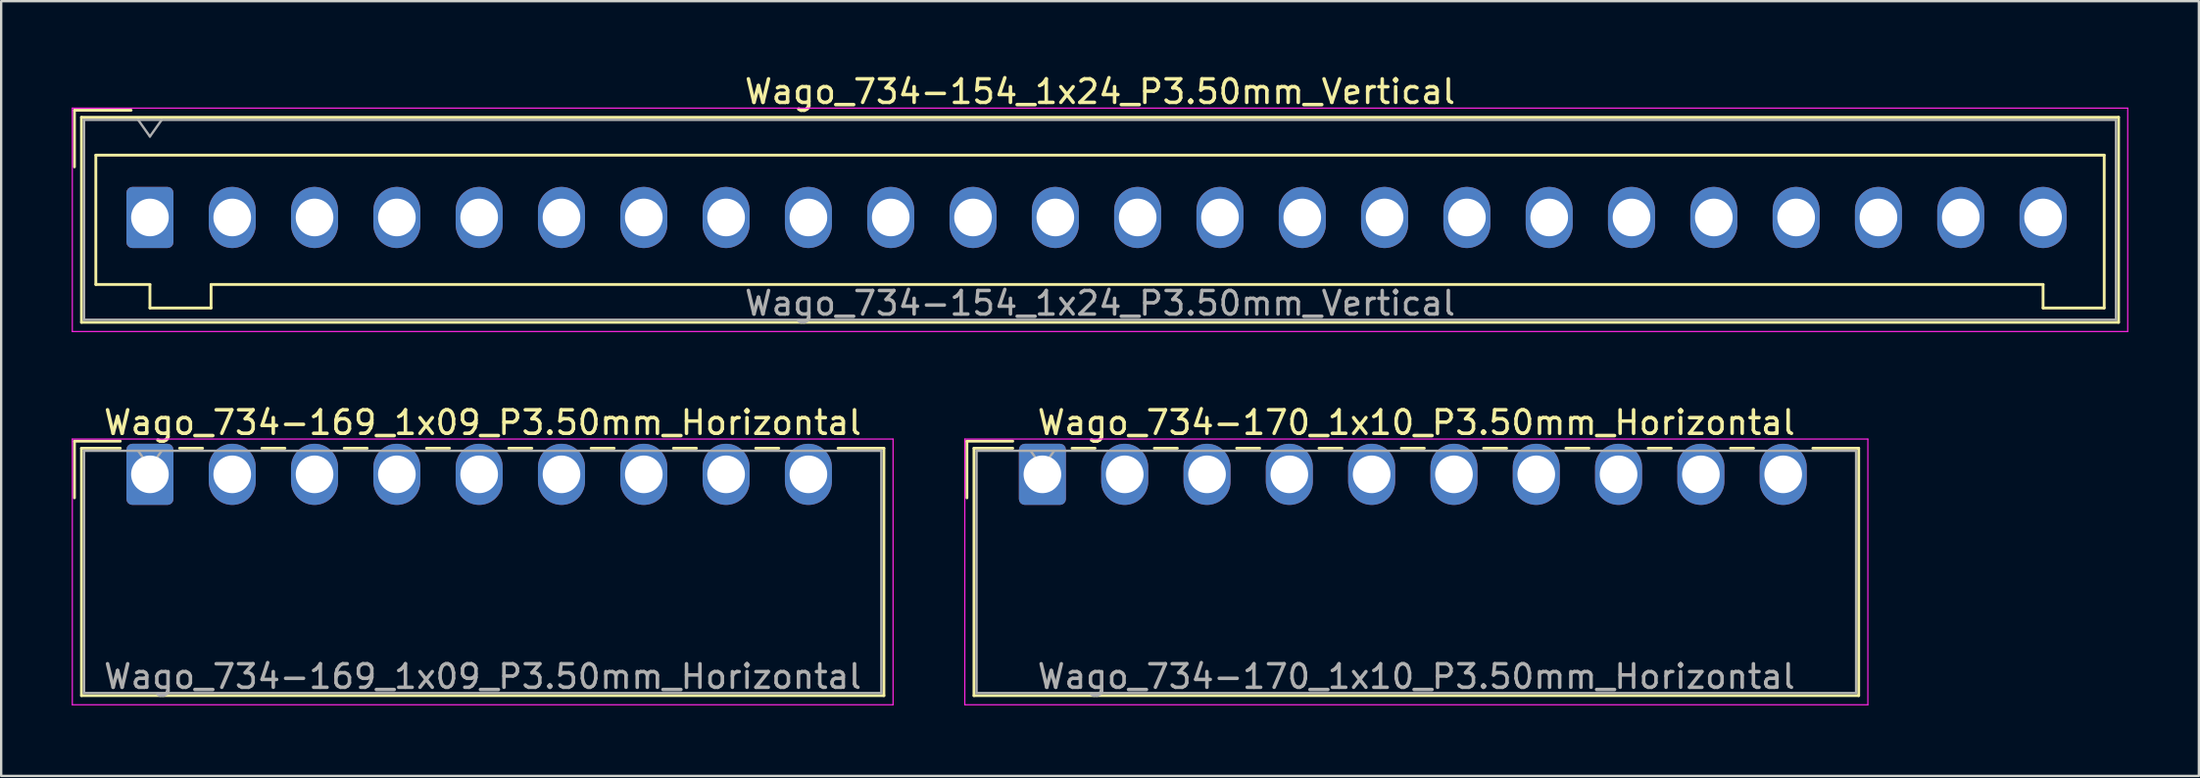
<source format=kicad_pcb>
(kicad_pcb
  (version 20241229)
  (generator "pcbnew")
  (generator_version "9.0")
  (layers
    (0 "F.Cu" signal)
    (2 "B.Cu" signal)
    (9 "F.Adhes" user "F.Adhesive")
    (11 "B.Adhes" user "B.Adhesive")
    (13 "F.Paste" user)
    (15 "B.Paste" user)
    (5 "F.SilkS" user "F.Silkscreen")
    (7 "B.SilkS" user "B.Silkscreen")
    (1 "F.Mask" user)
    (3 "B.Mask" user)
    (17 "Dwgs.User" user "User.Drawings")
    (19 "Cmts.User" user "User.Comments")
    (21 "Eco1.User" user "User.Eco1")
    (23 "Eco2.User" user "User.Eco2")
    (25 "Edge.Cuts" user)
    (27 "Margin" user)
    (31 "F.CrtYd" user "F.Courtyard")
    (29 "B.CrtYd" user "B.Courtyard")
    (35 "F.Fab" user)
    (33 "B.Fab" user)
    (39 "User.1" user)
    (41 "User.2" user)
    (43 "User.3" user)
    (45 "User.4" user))
  (footprint "Wago_734-170_1x10_P3.50mm_Horizontal"
    (layer "F.Cu")
    (at 41.275 17.122)
    (property "Reference" "Wago_734-170_1x10_P3.50mm_Horizontal" (at 15.9 -2.2 0) (layer "F.SilkS") (effects (font (size 1 1) (thickness 0.15))))
    (attr through_hole)
    (fp_line (start -3.21 -1.41) (end -1.26 -1.41) (stroke (width 0.12) (type solid)) (layer "F.SilkS"))
    (fp_line (start -3.21 1) (end -3.21 -1.41) (stroke (width 0.12) (type solid)) (layer "F.SilkS"))
    (fp_line (start -2.91 -1.11) (end -2.91 9.41) (stroke (width 0.12) (type solid)) (layer "F.SilkS"))
    (fp_line (start -2.91 9.41) (end 34.71 9.41) (stroke (width 0.12) (type solid)) (layer "F.SilkS"))
    (fp_line (start -1.26 -1.11) (end -2.91 -1.11) (stroke (width 0.12) (type solid)) (layer "F.SilkS"))
    (fp_line (start 1.26 -1.11) (end 2.24 -1.11) (stroke (width 0.12) (type solid)) (layer "F.SilkS"))
    (fp_line (start 4.76 -1.11) (end 5.74 -1.11) (stroke (width 0.12) (type solid)) (layer "F.SilkS"))
    (fp_line (start 8.26 -1.11) (end 9.24 -1.11) (stroke (width 0.12) (type solid)) (layer "F.SilkS"))
    (fp_line (start 11.76 -1.11) (end 12.74 -1.11) (stroke (width 0.12) (type solid)) (layer "F.SilkS"))
    (fp_line (start 15.26 -1.11) (end 16.24 -1.11) (stroke (width 0.12) (type solid)) (layer "F.SilkS"))
    (fp_line (start 18.76 -1.11) (end 19.74 -1.11) (stroke (width 0.12) (type solid)) (layer "F.SilkS"))
    (fp_line (start 22.26 -1.11) (end 23.24 -1.11) (stroke (width 0.12) (type solid)) (layer "F.SilkS"))
    (fp_line (start 25.76 -1.11) (end 26.74 -1.11) (stroke (width 0.12) (type solid)) (layer "F.SilkS"))
    (fp_line (start 29.26 -1.11) (end 30.24 -1.11) (stroke (width 0.12) (type solid)) (layer "F.SilkS"))
    (fp_line (start 34.71 -1.11) (end 32.76 -1.11) (stroke (width 0.12) (type solid)) (layer "F.SilkS"))
    (fp_line (start 34.71 9.41) (end 34.71 -1.11) (stroke (width 0.12) (type solid)) (layer "F.SilkS"))
    (fp_line (start -3.3 -1.5) (end -3.3 9.8) (stroke (width 0.05) (type solid)) (layer "F.CrtYd"))
    (fp_line (start -3.3 9.8) (end 35.1 9.8) (stroke (width 0.05) (type solid)) (layer "F.CrtYd"))
    (fp_line (start 35.1 -1.5) (end -3.3 -1.5) (stroke (width 0.05) (type solid)) (layer "F.CrtYd"))
    (fp_line (start 35.1 9.8) (end 35.1 -1.5) (stroke (width 0.05) (type solid)) (layer "F.CrtYd"))
    (fp_line (start -2.8 -1) (end -2.8 9.3) (stroke (width 0.1) (type solid)) (layer "F.Fab"))
    (fp_line (start -2.8 9.3) (end 34.6 9.3) (stroke (width 0.1) (type solid)) (layer "F.Fab"))
    (fp_line (start -0.5 -1) (end 0 -0.293) (stroke (width 0.1) (type solid)) (layer "F.Fab"))
    (fp_line (start 0 -0.293) (end 0.5 -1) (stroke (width 0.1) (type solid)) (layer "F.Fab"))
    (fp_line (start 34.6 -1) (end -2.8 -1) (stroke (width 0.1) (type solid)) (layer "F.Fab"))
    (fp_line (start 34.6 9.3) (end 34.6 -1) (stroke (width 0.1) (type solid)) (layer "F.Fab"))
    (fp_text user "${REFERENCE}" (at 15.9 8.6 0) (layer "F.Fab") (effects (font (size 1 1) (thickness 0.15))))
    (pad "1" thru_hole roundrect (at 0 0) (size 2 2.6) (drill 1.6) (layers "*.Cu" "*.Mask") (roundrect_rratio 0.125))
    (pad "2" thru_hole oval (at 3.5 0) (size 2 2.6) (drill 1.6) (layers "*.Cu" "*.Mask"))
    (pad "3" thru_hole oval (at 7 0) (size 2 2.6) (drill 1.6) (layers "*.Cu" "*.Mask"))
    (pad "4" thru_hole oval (at 10.5 0) (size 2 2.6) (drill 1.6) (layers "*.Cu" "*.Mask"))
    (pad "5" thru_hole oval (at 14 0) (size 2 2.6) (drill 1.6) (layers "*.Cu" "*.Mask"))
    (pad "6" thru_hole oval (at 17.5 0) (size 2 2.6) (drill 1.6) (layers "*.Cu" "*.Mask"))
    (pad "7" thru_hole oval (at 21 0) (size 2 2.6) (drill 1.6) (layers "*.Cu" "*.Mask"))
    (pad "8" thru_hole oval (at 24.5 0) (size 2 2.6) (drill 1.6) (layers "*.Cu" "*.Mask"))
    (pad "9" thru_hole oval (at 28 0) (size 2 2.6) (drill 1.6) (layers "*.Cu" "*.Mask"))
    (pad "10" thru_hole oval (at 31.5 0) (size 2 2.6) (drill 1.6) (layers "*.Cu" "*.Mask")))
  (footprint "Wago_734-154_1x24_P3.50mm_Vertical"
    (layer "F.Cu")
    (at 3.325 6.198)
    (property "Reference" "Wago_734-154_1x24_P3.50mm_Vertical" (at 40.4 -5.35 0) (layer "F.SilkS") (effects (font (size 1 1) (thickness 0.15))))
    (attr through_hole)
    (fp_line (start -3.21 -4.56) (end -0.8 -4.56) (stroke (width 0.12) (type solid)) (layer "F.SilkS"))
    (fp_line (start -3.21 -2.15) (end -3.21 -4.56) (stroke (width 0.12) (type solid)) (layer "F.SilkS"))
    (fp_line (start -2.91 -4.26) (end -2.91 4.46) (stroke (width 0.12) (type solid)) (layer "F.SilkS"))
    (fp_line (start -2.91 4.46) (end 83.71 4.46) (stroke (width 0.12) (type solid)) (layer "F.SilkS"))
    (fp_line (start -2.3 -2.65) (end -2.3 2.85) (stroke (width 0.12) (type solid)) (layer "F.SilkS"))
    (fp_line (start -2.3 2.85) (end 0 2.85) (stroke (width 0.12) (type solid)) (layer "F.SilkS"))
    (fp_line (start 0 2.85) (end 0 3.85) (stroke (width 0.12) (type solid)) (layer "F.SilkS"))
    (fp_line (start 0 3.85) (end 2.6 3.85) (stroke (width 0.12) (type solid)) (layer "F.SilkS"))
    (fp_line (start 2.6 2.85) (end 80.5 2.85) (stroke (width 0.12) (type solid)) (layer "F.SilkS"))
    (fp_line (start 2.6 3.85) (end 2.6 2.85) (stroke (width 0.12) (type solid)) (layer "F.SilkS"))
    (fp_line (start 80.5 2.85) (end 80.5 3.85) (stroke (width 0.12) (type solid)) (layer "F.SilkS"))
    (fp_line (start 80.5 3.85) (end 83.1 3.85) (stroke (width 0.12) (type solid)) (layer "F.SilkS"))
    (fp_line (start 83.1 -2.65) (end -2.3 -2.65) (stroke (width 0.12) (type solid)) (layer "F.SilkS"))
    (fp_line (start 83.1 3.85) (end 83.1 -2.65) (stroke (width 0.12) (type solid)) (layer "F.SilkS"))
    (fp_line (start 83.71 -4.26) (end -2.91 -4.26) (stroke (width 0.12) (type solid)) (layer "F.SilkS"))
    (fp_line (start 83.71 4.46) (end 83.71 -4.26) (stroke (width 0.12) (type solid)) (layer "F.SilkS"))
    (fp_line (start -3.3 -4.65) (end -3.3 4.85) (stroke (width 0.05) (type solid)) (layer "F.CrtYd"))
    (fp_line (start -3.3 4.85) (end 84.1 4.85) (stroke (width 0.05) (type solid)) (layer "F.CrtYd"))
    (fp_line (start 84.1 -4.65) (end -3.3 -4.65) (stroke (width 0.05) (type solid)) (layer "F.CrtYd"))
    (fp_line (start 84.1 4.85) (end 84.1 -4.65) (stroke (width 0.05) (type solid)) (layer "F.CrtYd"))
    (fp_line (start -2.8 -4.15) (end -2.8 4.35) (stroke (width 0.1) (type solid)) (layer "F.Fab"))
    (fp_line (start -2.8 4.35) (end 83.6 4.35) (stroke (width 0.1) (type solid)) (layer "F.Fab"))
    (fp_line (start -0.5 -4.15) (end 0 -3.443) (stroke (width 0.1) (type solid)) (layer "F.Fab"))
    (fp_line (start 0 -3.443) (end 0.5 -4.15) (stroke (width 0.1) (type solid)) (layer "F.Fab"))
    (fp_line (start 83.6 -4.15) (end -2.8 -4.15) (stroke (width 0.1) (type solid)) (layer "F.Fab"))
    (fp_line (start 83.6 4.35) (end 83.6 -4.15) (stroke (width 0.1) (type solid)) (layer "F.Fab"))
    (fp_text user "${REFERENCE}" (at 40.4 3.65 0) (layer "F.Fab") (effects (font (size 1 1) (thickness 0.15))))
    (pad "1" thru_hole roundrect (at 0 0) (size 2 2.6) (drill 1.6) (layers "*.Cu" "*.Mask") (roundrect_rratio 0.125))
    (pad "2" thru_hole oval (at 3.5 0) (size 2 2.6) (drill 1.6) (layers "*.Cu" "*.Mask"))
    (pad "3" thru_hole oval (at 7 0) (size 2 2.6) (drill 1.6) (layers "*.Cu" "*.Mask"))
    (pad "4" thru_hole oval (at 10.5 0) (size 2 2.6) (drill 1.6) (layers "*.Cu" "*.Mask"))
    (pad "5" thru_hole oval (at 14 0) (size 2 2.6) (drill 1.6) (layers "*.Cu" "*.Mask"))
    (pad "6" thru_hole oval (at 17.5 0) (size 2 2.6) (drill 1.6) (layers "*.Cu" "*.Mask"))
    (pad "7" thru_hole oval (at 21 0) (size 2 2.6) (drill 1.6) (layers "*.Cu" "*.Mask"))
    (pad "8" thru_hole oval (at 24.5 0) (size 2 2.6) (drill 1.6) (layers "*.Cu" "*.Mask"))
    (pad "9" thru_hole oval (at 28 0) (size 2 2.6) (drill 1.6) (layers "*.Cu" "*.Mask"))
    (pad "10" thru_hole oval (at 31.5 0) (size 2 2.6) (drill 1.6) (layers "*.Cu" "*.Mask"))
    (pad "11" thru_hole oval (at 35 0) (size 2 2.6) (drill 1.6) (layers "*.Cu" "*.Mask"))
    (pad "12" thru_hole oval (at 38.5 0) (size 2 2.6) (drill 1.6) (layers "*.Cu" "*.Mask"))
    (pad "13" thru_hole oval (at 42 0) (size 2 2.6) (drill 1.6) (layers "*.Cu" "*.Mask"))
    (pad "14" thru_hole oval (at 45.5 0) (size 2 2.6) (drill 1.6) (layers "*.Cu" "*.Mask"))
    (pad "15" thru_hole oval (at 49 0) (size 2 2.6) (drill 1.6) (layers "*.Cu" "*.Mask"))
    (pad "16" thru_hole oval (at 52.5 0) (size 2 2.6) (drill 1.6) (layers "*.Cu" "*.Mask"))
    (pad "17" thru_hole oval (at 56 0) (size 2 2.6) (drill 1.6) (layers "*.Cu" "*.Mask"))
    (pad "18" thru_hole oval (at 59.5 0) (size 2 2.6) (drill 1.6) (layers "*.Cu" "*.Mask"))
    (pad "19" thru_hole oval (at 63 0) (size 2 2.6) (drill 1.6) (layers "*.Cu" "*.Mask"))
    (pad "20" thru_hole oval (at 66.5 0) (size 2 2.6) (drill 1.6) (layers "*.Cu" "*.Mask"))
    (pad "21" thru_hole oval (at 70 0) (size 2 2.6) (drill 1.6) (layers "*.Cu" "*.Mask"))
    (pad "22" thru_hole oval (at 73.5 0) (size 2 2.6) (drill 1.6) (layers "*.Cu" "*.Mask"))
    (pad "23" thru_hole oval (at 77 0) (size 2 2.6) (drill 1.6) (layers "*.Cu" "*.Mask"))
    (pad "24" thru_hole oval (at 80.5 0) (size 2 2.6) (drill 1.6) (layers "*.Cu" "*.Mask")))
  (footprint "Wago_734-169_1x09_P3.50mm_Horizontal"
    (layer "F.Cu")
    (at 3.325 17.122)
    (property "Reference" "Wago_734-169_1x09_P3.50mm_Horizontal" (at 14.15 -2.2 0) (layer "F.SilkS") (effects (font (size 1 1) (thickness 0.15))))
    (attr through_hole)
    (fp_line (start -3.21 -1.41) (end -1.26 -1.41) (stroke (width 0.12) (type solid)) (layer "F.SilkS"))
    (fp_line (start -3.21 1) (end -3.21 -1.41) (stroke (width 0.12) (type solid)) (layer "F.SilkS"))
    (fp_line (start -2.91 -1.11) (end -2.91 9.41) (stroke (width 0.12) (type solid)) (layer "F.SilkS"))
    (fp_line (start -2.91 9.41) (end 31.21 9.41) (stroke (width 0.12) (type solid)) (layer "F.SilkS"))
    (fp_line (start -1.26 -1.11) (end -2.91 -1.11) (stroke (width 0.12) (type solid)) (layer "F.SilkS"))
    (fp_line (start 1.26 -1.11) (end 2.24 -1.11) (stroke (width 0.12) (type solid)) (layer "F.SilkS"))
    (fp_line (start 4.76 -1.11) (end 5.74 -1.11) (stroke (width 0.12) (type solid)) (layer "F.SilkS"))
    (fp_line (start 8.26 -1.11) (end 9.24 -1.11) (stroke (width 0.12) (type solid)) (layer "F.SilkS"))
    (fp_line (start 11.76 -1.11) (end 12.74 -1.11) (stroke (width 0.12) (type solid)) (layer "F.SilkS"))
    (fp_line (start 15.26 -1.11) (end 16.24 -1.11) (stroke (width 0.12) (type solid)) (layer "F.SilkS"))
    (fp_line (start 18.76 -1.11) (end 19.74 -1.11) (stroke (width 0.12) (type solid)) (layer "F.SilkS"))
    (fp_line (start 22.26 -1.11) (end 23.24 -1.11) (stroke (width 0.12) (type solid)) (layer "F.SilkS"))
    (fp_line (start 25.76 -1.11) (end 26.74 -1.11) (stroke (width 0.12) (type solid)) (layer "F.SilkS"))
    (fp_line (start 31.21 -1.11) (end 29.26 -1.11) (stroke (width 0.12) (type solid)) (layer "F.SilkS"))
    (fp_line (start 31.21 9.41) (end 31.21 -1.11) (stroke (width 0.12) (type solid)) (layer "F.SilkS"))
    (fp_line (start -3.3 -1.5) (end -3.3 9.8) (stroke (width 0.05) (type solid)) (layer "F.CrtYd"))
    (fp_line (start -3.3 9.8) (end 31.6 9.8) (stroke (width 0.05) (type solid)) (layer "F.CrtYd"))
    (fp_line (start 31.6 -1.5) (end -3.3 -1.5) (stroke (width 0.05) (type solid)) (layer "F.CrtYd"))
    (fp_line (start 31.6 9.8) (end 31.6 -1.5) (stroke (width 0.05) (type solid)) (layer "F.CrtYd"))
    (fp_line (start -2.8 -1) (end -2.8 9.3) (stroke (width 0.1) (type solid)) (layer "F.Fab"))
    (fp_line (start -2.8 9.3) (end 31.1 9.3) (stroke (width 0.1) (type solid)) (layer "F.Fab"))
    (fp_line (start -0.5 -1) (end 0 -0.293) (stroke (width 0.1) (type solid)) (layer "F.Fab"))
    (fp_line (start 0 -0.293) (end 0.5 -1) (stroke (width 0.1) (type solid)) (layer "F.Fab"))
    (fp_line (start 31.1 -1) (end -2.8 -1) (stroke (width 0.1) (type solid)) (layer "F.Fab"))
    (fp_line (start 31.1 9.3) (end 31.1 -1) (stroke (width 0.1) (type solid)) (layer "F.Fab"))
    (fp_text user "${REFERENCE}" (at 14.15 8.6 0) (layer "F.Fab") (effects (font (size 1 1) (thickness 0.15))))
    (pad "1" thru_hole roundrect (at 0 0) (size 2 2.6) (drill 1.6) (layers "*.Cu" "*.Mask") (roundrect_rratio 0.125))
    (pad "2" thru_hole oval (at 3.5 0) (size 2 2.6) (drill 1.6) (layers "*.Cu" "*.Mask"))
    (pad "3" thru_hole oval (at 7 0) (size 2 2.6) (drill 1.6) (layers "*.Cu" "*.Mask"))
    (pad "4" thru_hole oval (at 10.5 0) (size 2 2.6) (drill 1.6) (layers "*.Cu" "*.Mask"))
    (pad "5" thru_hole oval (at 14 0) (size 2 2.6) (drill 1.6) (layers "*.Cu" "*.Mask"))
    (pad "6" thru_hole oval (at 17.5 0) (size 2 2.6) (drill 1.6) (layers "*.Cu" "*.Mask"))
    (pad "7" thru_hole oval (at 21 0) (size 2 2.6) (drill 1.6) (layers "*.Cu" "*.Mask"))
    (pad "8" thru_hole oval (at 24.5 0) (size 2 2.6) (drill 1.6) (layers "*.Cu" "*.Mask"))
    (pad "9" thru_hole oval (at 28 0) (size 2 2.6) (drill 1.6) (layers "*.Cu" "*.Mask")))
  (gr_rect
    (start -3 -3)
    (end 90.45 29.947)
    (stroke (width 0.1) (type default))
    (fill no)
    (layer "Edge.Cuts")))
</source>
